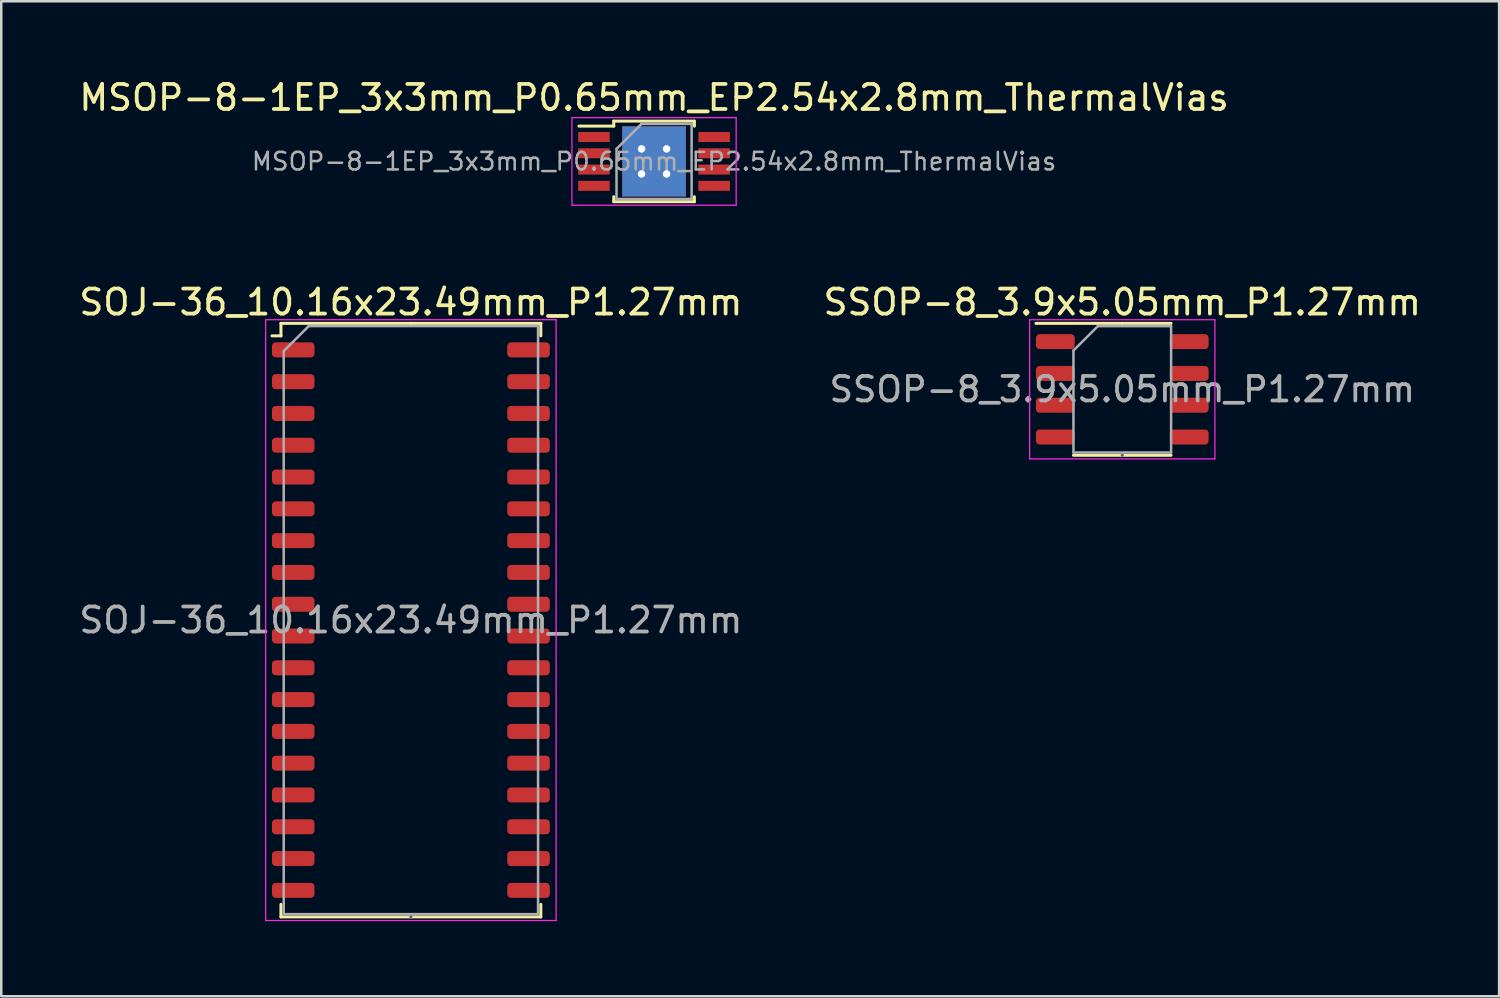
<source format=kicad_pcb>
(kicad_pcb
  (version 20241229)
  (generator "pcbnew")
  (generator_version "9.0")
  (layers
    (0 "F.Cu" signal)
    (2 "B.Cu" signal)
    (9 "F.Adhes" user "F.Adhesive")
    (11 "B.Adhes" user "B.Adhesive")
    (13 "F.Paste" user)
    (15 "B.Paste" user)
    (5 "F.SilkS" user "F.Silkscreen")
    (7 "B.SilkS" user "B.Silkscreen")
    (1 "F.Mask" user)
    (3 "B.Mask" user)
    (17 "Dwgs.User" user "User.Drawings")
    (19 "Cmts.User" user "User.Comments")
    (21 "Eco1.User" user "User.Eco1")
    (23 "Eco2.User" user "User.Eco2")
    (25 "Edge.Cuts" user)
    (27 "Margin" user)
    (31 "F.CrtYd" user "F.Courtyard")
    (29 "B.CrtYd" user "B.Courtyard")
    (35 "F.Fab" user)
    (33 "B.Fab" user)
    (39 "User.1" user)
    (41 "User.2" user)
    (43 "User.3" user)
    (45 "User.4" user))
  (footprint "SSOP-8_3.9x5.05mm_P1.27mm"
    (layer "F.Cu")
    (at 41.78 12.502)
    (property "Reference" "SSOP-8_3.9x5.05mm_P1.27mm" (at 0 -3.48 0) (layer "F.SilkS") (effects (font (size 1 1) (thickness 0.15))))
    (attr smd)
    (fp_line (start 0 -2.635) (end -3.45 -2.635) (stroke (width 0.12) (type solid)) (layer "F.SilkS"))
    (fp_line (start 0 -2.635) (end 1.95 -2.635) (stroke (width 0.12) (type solid)) (layer "F.SilkS"))
    (fp_line (start 0 2.635) (end -1.95 2.635) (stroke (width 0.12) (type solid)) (layer "F.SilkS"))
    (fp_line (start 0 2.635) (end 1.95 2.635) (stroke (width 0.12) (type solid)) (layer "F.SilkS"))
    (fp_line (start -3.7 -2.78) (end -3.7 2.78) (stroke (width 0.05) (type solid)) (layer "F.CrtYd"))
    (fp_line (start -3.7 2.78) (end 3.7 2.78) (stroke (width 0.05) (type solid)) (layer "F.CrtYd"))
    (fp_line (start 3.7 -2.78) (end -3.7 -2.78) (stroke (width 0.05) (type solid)) (layer "F.CrtYd"))
    (fp_line (start 3.7 2.78) (end 3.7 -2.78) (stroke (width 0.05) (type solid)) (layer "F.CrtYd"))
    (fp_line (start 0 2.635) (end 0 2.635) (stroke (width 0.12) (type solid)) (layer "B.Fab"))
    (fp_line (start -1.95 -1.55) (end -0.975 -2.525) (stroke (width 0.1) (type solid)) (layer "F.Fab"))
    (fp_line (start -1.95 2.525) (end -1.95 -1.55) (stroke (width 0.1) (type solid)) (layer "F.Fab"))
    (fp_line (start -0.975 -2.525) (end 1.95 -2.525) (stroke (width 0.1) (type solid)) (layer "F.Fab"))
    (fp_line (start 1.95 -2.525) (end 1.95 2.525) (stroke (width 0.1) (type solid)) (layer "F.Fab"))
    (fp_line (start 1.95 2.525) (end -1.95 2.525) (stroke (width 0.1) (type solid)) (layer "F.Fab"))
    (fp_text user "${REFERENCE}" (at 0 0 0) (layer "F.Fab") (effects (font (size 0.98 0.98) (thickness 0.15))))
    (pad "1" smd roundrect (at -2.675 -1.905) (size 1.55 0.6) (layers "F.Cu" "F.Mask" "F.Paste") (roundrect_rratio 0.25))
    (pad "2" smd roundrect (at -2.675 -0.635) (size 1.55 0.6) (layers "F.Cu" "F.Mask" "F.Paste") (roundrect_rratio 0.25))
    (pad "3" smd roundrect (at -2.675 0.635) (size 1.55 0.6) (layers "F.Cu" "F.Mask" "F.Paste") (roundrect_rratio 0.25))
    (pad "4" smd roundrect (at -2.675 1.905) (size 1.55 0.6) (layers "F.Cu" "F.Mask" "F.Paste") (roundrect_rratio 0.25))
    (pad "5" smd roundrect (at 2.675 1.905) (size 1.55 0.6) (layers "F.Cu" "F.Mask" "F.Paste") (roundrect_rratio 0.25))
    (pad "6" smd roundrect (at 2.675 0.635) (size 1.55 0.6) (layers "F.Cu" "F.Mask" "F.Paste") (roundrect_rratio 0.25))
    (pad "7" smd roundrect (at 2.675 -0.635) (size 1.55 0.6) (layers "F.Cu" "F.Mask" "F.Paste") (roundrect_rratio 0.25))
    (pad "8" smd roundrect (at 2.675 -1.905) (size 1.55 0.6) (layers "F.Cu" "F.Mask" "F.Paste") (roundrect_rratio 0.25)))
  (footprint "SOJ-36_10.16x23.49mm_P1.27mm"
    (layer "F.Cu")
    (at 13.363 21.721)
    (property "Reference" "SOJ-36_10.16x23.49mm_P1.27mm" (at 0 -12.7 0) (layer "F.SilkS") (effects (font (size 1 1) (thickness 0.15))))
    (attr smd)
    (fp_line (start -5.19 -11.855) (end -5.19 -11.355) (stroke (width 0.12) (type solid)) (layer "F.SilkS"))
    (fp_line (start -5.19 -11.355) (end -5.55 -11.355) (stroke (width 0.12) (type solid)) (layer "F.SilkS"))
    (fp_line (start -5.19 11.855) (end -5.19 11.355) (stroke (width 0.12) (type solid)) (layer "F.SilkS"))
    (fp_line (start 0 -11.855) (end -5.19 -11.855) (stroke (width 0.12) (type solid)) (layer "F.SilkS"))
    (fp_line (start 0 -11.855) (end 5.19 -11.855) (stroke (width 0.12) (type solid)) (layer "F.SilkS"))
    (fp_line (start 0 11.855) (end -5.19 11.855) (stroke (width 0.12) (type solid)) (layer "F.SilkS"))
    (fp_line (start 0 11.855) (end 5.19 11.855) (stroke (width 0.12) (type solid)) (layer "F.SilkS"))
    (fp_line (start 5.19 -11.855) (end 5.19 -11.355) (stroke (width 0.12) (type solid)) (layer "F.SilkS"))
    (fp_line (start 5.19 11.855) (end 5.19 11.355) (stroke (width 0.12) (type solid)) (layer "F.SilkS"))
    (fp_line (start -5.8 -12) (end -5.8 12) (stroke (width 0.05) (type solid)) (layer "F.CrtYd"))
    (fp_line (start -5.8 12) (end 5.8 12) (stroke (width 0.05) (type solid)) (layer "F.CrtYd"))
    (fp_line (start 5.8 -12) (end -5.8 -12) (stroke (width 0.05) (type solid)) (layer "F.CrtYd"))
    (fp_line (start 5.8 12) (end 5.8 -12) (stroke (width 0.05) (type solid)) (layer "F.CrtYd"))
    (fp_line (start 0 11.855) (end 0 11.855) (stroke (width 0.12) (type solid)) (layer "B.Fab"))
    (fp_line (start -5.08 -10.745) (end -4.08 -11.745) (stroke (width 0.1) (type solid)) (layer "F.Fab"))
    (fp_line (start -5.08 11.745) (end -5.08 -10.745) (stroke (width 0.1) (type solid)) (layer "F.Fab"))
    (fp_line (start -4.08 -11.745) (end 5.08 -11.745) (stroke (width 0.1) (type solid)) (layer "F.Fab"))
    (fp_line (start 5.08 -11.745) (end 5.08 11.745) (stroke (width 0.1) (type solid)) (layer "F.Fab"))
    (fp_line (start 5.08 11.745) (end -5.08 11.745) (stroke (width 0.1) (type solid)) (layer "F.Fab"))
    (fp_text user "${REFERENCE}" (at 0 0 0) (layer "F.Fab") (effects (font (size 1 1) (thickness 0.15))))
    (pad "1" smd roundrect (at -4.7 -10.795) (size 1.7 0.6) (layers "F.Cu" "F.Mask" "F.Paste") (roundrect_rratio 0.25))
    (pad "2" smd roundrect (at -4.7 -9.525) (size 1.7 0.6) (layers "F.Cu" "F.Mask" "F.Paste") (roundrect_rratio 0.25))
    (pad "3" smd roundrect (at -4.7 -8.255) (size 1.7 0.6) (layers "F.Cu" "F.Mask" "F.Paste") (roundrect_rratio 0.25))
    (pad "4" smd roundrect (at -4.7 -6.985) (size 1.7 0.6) (layers "F.Cu" "F.Mask" "F.Paste") (roundrect_rratio 0.25))
    (pad "5" smd roundrect (at -4.7 -5.715) (size 1.7 0.6) (layers "F.Cu" "F.Mask" "F.Paste") (roundrect_rratio 0.25))
    (pad "6" smd roundrect (at -4.7 -4.445) (size 1.7 0.6) (layers "F.Cu" "F.Mask" "F.Paste") (roundrect_rratio 0.25))
    (pad "7" smd roundrect (at -4.7 -3.175) (size 1.7 0.6) (layers "F.Cu" "F.Mask" "F.Paste") (roundrect_rratio 0.25))
    (pad "8" smd roundrect (at -4.7 -1.905) (size 1.7 0.6) (layers "F.Cu" "F.Mask" "F.Paste") (roundrect_rratio 0.25))
    (pad "9" smd roundrect (at -4.7 -0.635) (size 1.7 0.6) (layers "F.Cu" "F.Mask" "F.Paste") (roundrect_rratio 0.25))
    (pad "10" smd roundrect (at -4.7 0.635) (size 1.7 0.6) (layers "F.Cu" "F.Mask" "F.Paste") (roundrect_rratio 0.25))
    (pad "11" smd roundrect (at -4.7 1.905) (size 1.7 0.6) (layers "F.Cu" "F.Mask" "F.Paste") (roundrect_rratio 0.25))
    (pad "12" smd roundrect (at -4.7 3.175) (size 1.7 0.6) (layers "F.Cu" "F.Mask" "F.Paste") (roundrect_rratio 0.25))
    (pad "13" smd roundrect (at -4.7 4.445) (size 1.7 0.6) (layers "F.Cu" "F.Mask" "F.Paste") (roundrect_rratio 0.25))
    (pad "14" smd roundrect (at -4.7 5.715) (size 1.7 0.6) (layers "F.Cu" "F.Mask" "F.Paste") (roundrect_rratio 0.25))
    (pad "15" smd roundrect (at -4.7 6.985) (size 1.7 0.6) (layers "F.Cu" "F.Mask" "F.Paste") (roundrect_rratio 0.25))
    (pad "16" smd roundrect (at -4.7 8.255) (size 1.7 0.6) (layers "F.Cu" "F.Mask" "F.Paste") (roundrect_rratio 0.25))
    (pad "17" smd roundrect (at -4.7 9.525) (size 1.7 0.6) (layers "F.Cu" "F.Mask" "F.Paste") (roundrect_rratio 0.25))
    (pad "18" smd roundrect (at -4.7 10.795) (size 1.7 0.6) (layers "F.Cu" "F.Mask" "F.Paste") (roundrect_rratio 0.25))
    (pad "19" smd roundrect (at 4.7 10.795) (size 1.7 0.6) (layers "F.Cu" "F.Mask" "F.Paste") (roundrect_rratio 0.25))
    (pad "20" smd roundrect (at 4.7 9.525) (size 1.7 0.6) (layers "F.Cu" "F.Mask" "F.Paste") (roundrect_rratio 0.25))
    (pad "21" smd roundrect (at 4.7 8.255) (size 1.7 0.6) (layers "F.Cu" "F.Mask" "F.Paste") (roundrect_rratio 0.25))
    (pad "22" smd roundrect (at 4.7 6.985) (size 1.7 0.6) (layers "F.Cu" "F.Mask" "F.Paste") (roundrect_rratio 0.25))
    (pad "23" smd roundrect (at 4.7 5.715) (size 1.7 0.6) (layers "F.Cu" "F.Mask" "F.Paste") (roundrect_rratio 0.25))
    (pad "24" smd roundrect (at 4.7 4.445) (size 1.7 0.6) (layers "F.Cu" "F.Mask" "F.Paste") (roundrect_rratio 0.25))
    (pad "25" smd roundrect (at 4.7 3.175) (size 1.7 0.6) (layers "F.Cu" "F.Mask" "F.Paste") (roundrect_rratio 0.25))
    (pad "26" smd roundrect (at 4.7 1.905) (size 1.7 0.6) (layers "F.Cu" "F.Mask" "F.Paste") (roundrect_rratio 0.25))
    (pad "27" smd roundrect (at 4.7 0.635) (size 1.7 0.6) (layers "F.Cu" "F.Mask" "F.Paste") (roundrect_rratio 0.25))
    (pad "28" smd roundrect (at 4.7 -0.635) (size 1.7 0.6) (layers "F.Cu" "F.Mask" "F.Paste") (roundrect_rratio 0.25))
    (pad "29" smd roundrect (at 4.7 -1.905) (size 1.7 0.6) (layers "F.Cu" "F.Mask" "F.Paste") (roundrect_rratio 0.25))
    (pad "30" smd roundrect (at 4.7 -3.175) (size 1.7 0.6) (layers "F.Cu" "F.Mask" "F.Paste") (roundrect_rratio 0.25))
    (pad "31" smd roundrect (at 4.7 -4.445) (size 1.7 0.6) (layers "F.Cu" "F.Mask" "F.Paste") (roundrect_rratio 0.25))
    (pad "32" smd roundrect (at 4.7 -5.715) (size 1.7 0.6) (layers "F.Cu" "F.Mask" "F.Paste") (roundrect_rratio 0.25))
    (pad "33" smd roundrect (at 4.7 -6.985) (size 1.7 0.6) (layers "F.Cu" "F.Mask" "F.Paste") (roundrect_rratio 0.25))
    (pad "34" smd roundrect (at 4.7 -8.255) (size 1.7 0.6) (layers "F.Cu" "F.Mask" "F.Paste") (roundrect_rratio 0.25))
    (pad "35" smd roundrect (at 4.7 -9.525) (size 1.7 0.6) (layers "F.Cu" "F.Mask" "F.Paste") (roundrect_rratio 0.25))
    (pad "36" smd roundrect (at 4.7 -10.795) (size 1.7 0.6) (layers "F.Cu" "F.Mask" "F.Paste") (roundrect_rratio 0.25)))
  (footprint "MSOP-8-1EP_3x3mm_P0.65mm_EP2.54x2.8mm_ThermalVias"
    (layer "F.Cu")
    (at 23.077 3.398)
    (property "Reference" "MSOP-8-1EP_3x3mm_P0.65mm_EP2.54x2.8mm_ThermalVias" (at 0 -2.55 0) (layer "F.SilkS") (effects (font (size 1 1) (thickness 0.15))))
    (attr smd)
    (fp_line (start -1.61 -1.61) (end -1.61 -1.41) (stroke (width 0.12) (type solid)) (layer "F.SilkS"))
    (fp_line (start -1.61 -1.61) (end 1.61 -1.61) (stroke (width 0.12) (type solid)) (layer "F.SilkS"))
    (fp_line (start -1.61 -1.41) (end -3 -1.41) (stroke (width 0.12) (type solid)) (layer "F.SilkS"))
    (fp_line (start -1.61 1.61) (end -1.61 1.41) (stroke (width 0.12) (type solid)) (layer "F.SilkS"))
    (fp_line (start -1.61 1.61) (end 1.61 1.61) (stroke (width 0.12) (type solid)) (layer "F.SilkS"))
    (fp_line (start 1.61 -1.61) (end 1.61 -1.41) (stroke (width 0.12) (type solid)) (layer "F.SilkS"))
    (fp_line (start 1.61 1.61) (end 1.61 1.41) (stroke (width 0.12) (type solid)) (layer "F.SilkS"))
    (fp_line (start -3.28 -1.75) (end -3.28 1.75) (stroke (width 0.05) (type solid)) (layer "F.CrtYd"))
    (fp_line (start -3.28 -1.75) (end 3.28 -1.75) (stroke (width 0.05) (type solid)) (layer "F.CrtYd"))
    (fp_line (start -3.28 1.75) (end 3.28 1.75) (stroke (width 0.05) (type solid)) (layer "F.CrtYd"))
    (fp_line (start 3.28 -1.75) (end 3.28 1.75) (stroke (width 0.05) (type solid)) (layer "F.CrtYd"))
    (fp_line (start -1.5 -0.5) (end -0.5 -1.5) (stroke (width 0.1) (type solid)) (layer "F.Fab"))
    (fp_line (start -1.5 1.5) (end -1.5 -0.5) (stroke (width 0.1) (type solid)) (layer "F.Fab"))
    (fp_line (start -0.5 -1.5) (end 1.5 -1.5) (stroke (width 0.1) (type solid)) (layer "F.Fab"))
    (fp_line (start 1.5 -1.5) (end 1.5 1.5) (stroke (width 0.1) (type solid)) (layer "F.Fab"))
    (fp_line (start 1.5 1.5) (end -1.5 1.5) (stroke (width 0.1) (type solid)) (layer "F.Fab"))
    (fp_text user "${REFERENCE}" (at 0 0 0) (layer "F.Fab") (effects (font (size 0.7 0.7) (thickness 0.1))))
    (pad "" smd rect (at 0 -1.025) (size 2.4 0.65) (layers "F.Paste"))
    (pad "" smd rect (at 0 0) (size 2.4 0.65) (layers "F.Paste"))
    (pad "" smd rect (at 0 1.025) (size 2.4 0.65) (layers "F.Paste"))
    (pad "1" smd rect (at -2.4 -0.975) (size 1.26 0.4) (layers "F.Cu" "F.Mask" "F.Paste"))
    (pad "2" smd rect (at -2.4 -0.325) (size 1.26 0.4) (layers "F.Cu" "F.Mask" "F.Paste"))
    (pad "3" smd rect (at -2.4 0.325) (size 1.26 0.4) (layers "F.Cu" "F.Mask" "F.Paste"))
    (pad "4" smd rect (at -2.4 0.975) (size 1.26 0.4) (layers "F.Cu" "F.Mask" "F.Paste"))
    (pad "5" smd rect (at 2.4 0.975) (size 1.26 0.4) (layers "F.Cu" "F.Mask" "F.Paste"))
    (pad "6" smd rect (at 2.4 0.325) (size 1.26 0.4) (layers "F.Cu" "F.Mask" "F.Paste"))
    (pad "7" smd rect (at 2.4 -0.325) (size 1.26 0.4) (layers "F.Cu" "F.Mask" "F.Paste"))
    (pad "8" smd rect (at 2.4 -0.975) (size 1.26 0.4) (layers "F.Cu" "F.Mask" "F.Paste"))
    (pad "9" thru_hole circle (at -0.5 -0.5) (size 0.6 0.6) (drill 0.3) (layers "*.Cu" "*.Mask"))
    (pad "9" thru_hole circle (at -0.5 0.5) (size 0.6 0.6) (drill 0.3) (layers "*.Cu" "*.Mask"))
    (pad "9" smd rect (at 0 0) (size 2.54 2.8) (layers "F.Cu" "F.Mask"))
    (pad "9" smd rect (at 0 0) (size 2.54 2.8) (layers "B.Cu"))
    (pad "9" thru_hole circle (at 0.5 -0.5) (size 0.6 0.6) (drill 0.3) (layers "*.Cu" "*.Mask"))
    (pad "9" thru_hole circle (at 0.5 0.5) (size 0.6 0.6) (drill 0.3) (layers "*.Cu" "*.Mask")))
  (gr_rect
    (start -3 -3)
    (end 56.833 36.746)
    (stroke (width 0.1) (type default))
    (fill no)
    (layer "Edge.Cuts")))
</source>
